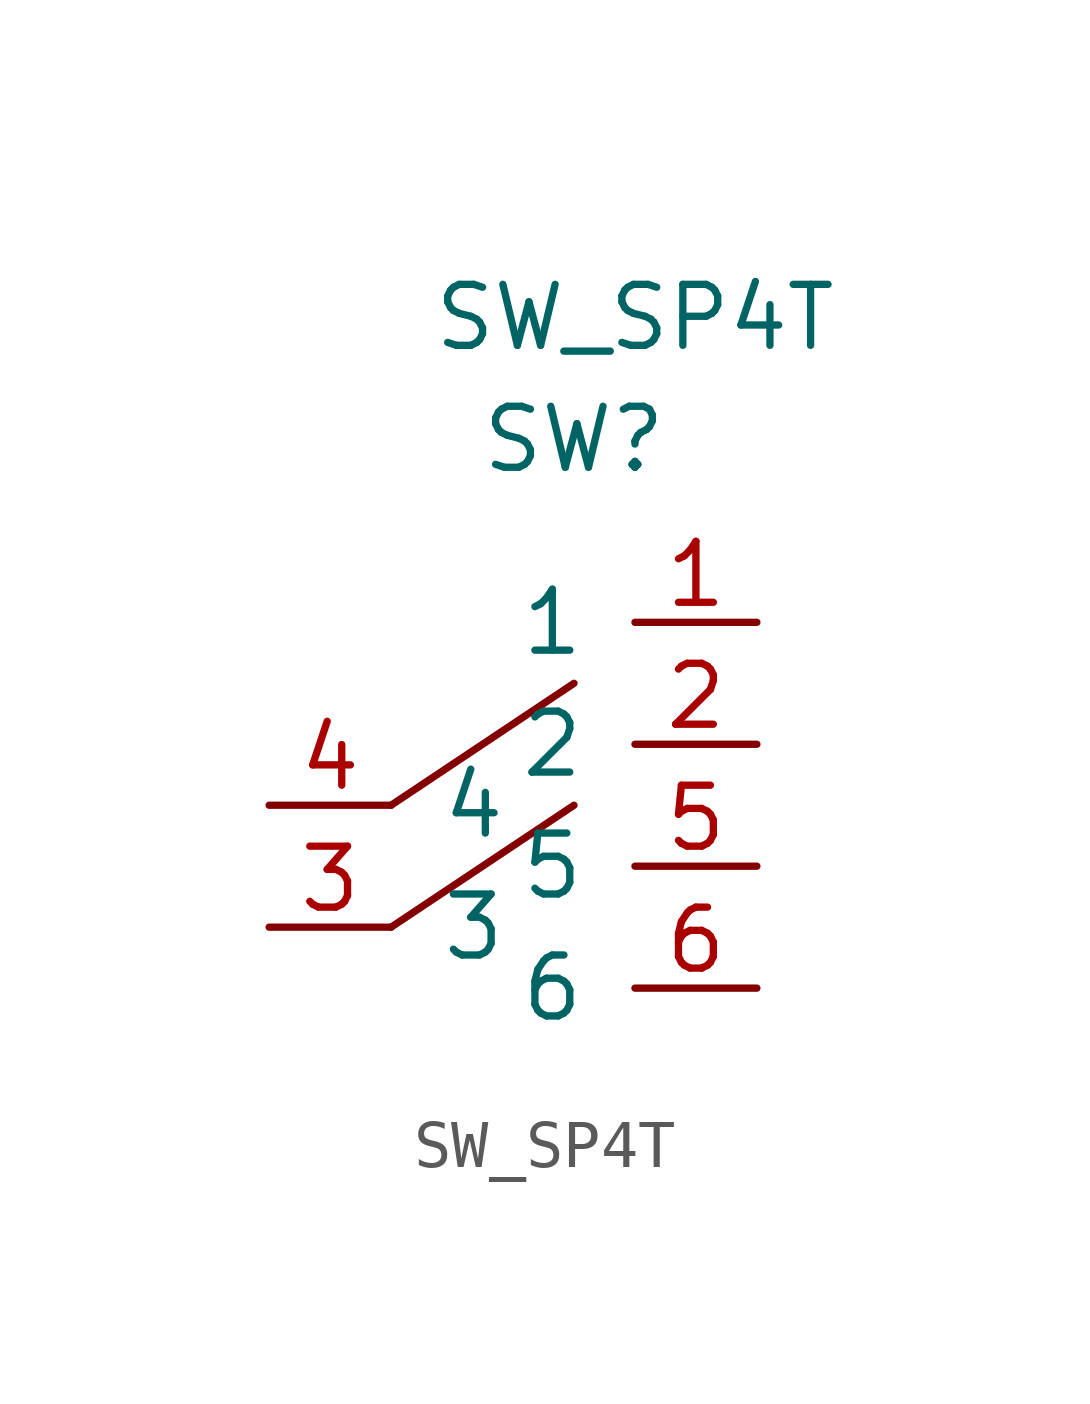
<source format=kicad_sym>
(kicad_symbol_lib
  (version 20211014)
  (generator kicad_symbol_editor)
  (symbol "SW_SP4T"
    (pin_names
      (offset 1.016))
    (property "Reference" "SW"
      (at 0 0 0)
      (effects (font (size 1.27 1.27))))
    (property "Value" "SW_SP4T"
      (at 1.27 2.54 0)
      (effects (font (size 1.27 1.27))))
    (symbol "SW_SP4T_0_1"
      (polyline (pts (xy -3.81 -10.16) (xy 0 -7.62)) (stroke (width 0) (type default) (color 0 0 0 0)) (fill (type none)))
      (polyline (pts (xy -3.81 -7.62) (xy 0 -5.08)) (stroke (width 0) (type default) (color 0 0 0 0)) (fill (type none))))
    (symbol "SW_SP4T_1_1"
      (pin input line (at 3.81 -3.81 180) (length 2.54) (name "1" (effects (font (size 1.27 1.27)))) (number "1" (effects (font (size 1.27 1.27)))))
      (pin input line (at 3.81 -6.35 180) (length 2.54) (name "2" (effects (font (size 1.27 1.27)))) (number "2" (effects (font (size 1.27 1.27)))))
      (pin input line (at -6.35 -10.16 0) (length 2.54) (name "3" (effects (font (size 1.27 1.27)))) (number "3" (effects (font (size 1.27 1.27)))))
      (pin input line (at -6.35 -7.62 0) (length 2.54) (name "4" (effects (font (size 1.27 1.27)))) (number "4" (effects (font (size 1.27 1.27)))))
      (pin input line (at 3.81 -8.89 180) (length 2.54) (name "5" (effects (font (size 1.27 1.27)))) (number "5" (effects (font (size 1.27 1.27)))))
      (pin input line (at 3.81 -11.43 180) (length 2.54) (name "6" (effects (font (size 1.27 1.27)))) (number "6" (effects (font (size 1.27 1.27))))))))
</source>
